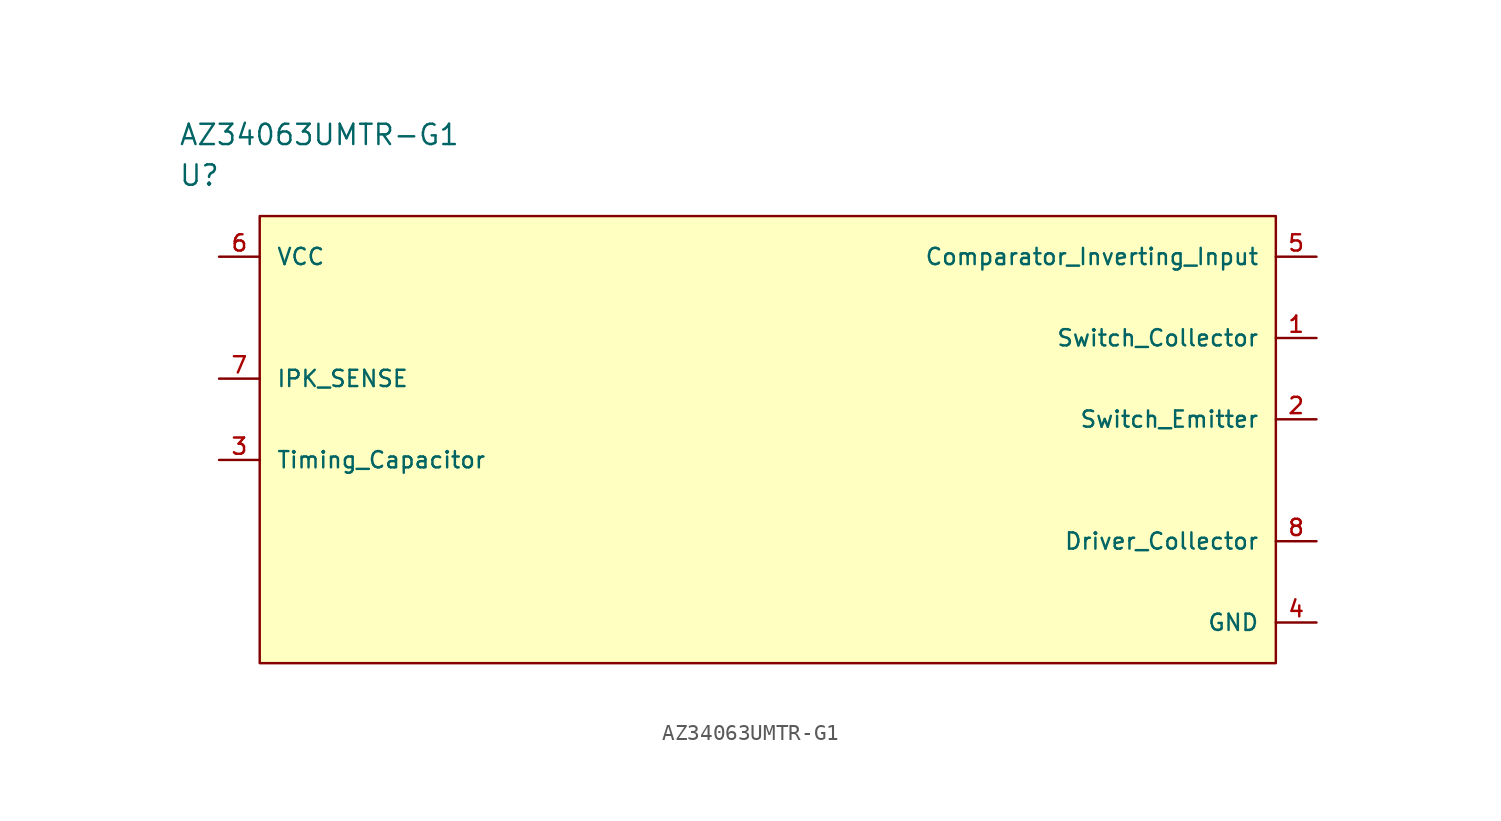
<source format=kicad_sym>
(kicad_symbol_lib
  (version 20211014)
  (generator kicad_symbol_editor)
  (symbol "AZ34063UMTR-G1"
    (pin_names
      (offset 1.016))
    (property "Reference" "U"
      (at 0 5.08 0)
      (effects (font (size 1.27 1.27)) (justify left)))
    (property "Value" "AZ34063UMTR-G1"
      (at 0 7.62 0)
      (effects (font (size 1.27 1.27)) (justify left)))
    (property "ki_locked" ""
      (at 0 0 0)
      (effects (font (size 1.27 1.27))))
    (symbol "AZ34063UMTR-G1_1_1"
      (rectangle (start 5.08 2.54) (end 68.58 -25.4) (stroke (width 0) (type default) (color 0 0 0 0)) (fill (type background)))
      (pin passive line (at 71.12 -5.08 180) (length 2.54) (name "Switch_Collector" (effects (font (size 1.016 1.016)))) (number "1" (effects (font (size 1.016 1.016)))))
      (pin passive line (at 71.12 -10.16 180) (length 2.54) (name "Switch_Emitter" (effects (font (size 1.016 1.016)))) (number "2" (effects (font (size 1.016 1.016)))))
      (pin passive line (at 2.54 -12.7 0) (length 2.54) (name "Timing_Capacitor" (effects (font (size 1.016 1.016)))) (number "3" (effects (font (size 1.016 1.016)))))
      (pin power_in line (at 71.12 -22.86 180) (length 2.54) (name "GND" (effects (font (size 1.016 1.016)))) (number "4" (effects (font (size 1.016 1.016)))))
      (pin passive line (at 71.12 0 180) (length 2.54) (name "Comparator_Inverting_Input" (effects (font (size 1.016 1.016)))) (number "5" (effects (font (size 1.016 1.016)))))
      (pin power_in line (at 2.54 0 0) (length 2.54) (name "VCC" (effects (font (size 1.016 1.016)))) (number "6" (effects (font (size 1.016 1.016)))))
      (pin input line (at 2.54 -7.62 0) (length 2.54) (name "IPK_SENSE" (effects (font (size 1.016 1.016)))) (number "7" (effects (font (size 1.016 1.016)))))
      (pin passive line (at 71.12 -17.78 180) (length 2.54) (name "Driver_Collector" (effects (font (size 1.016 1.016)))) (number "8" (effects (font (size 1.016 1.016))))))))
</source>
